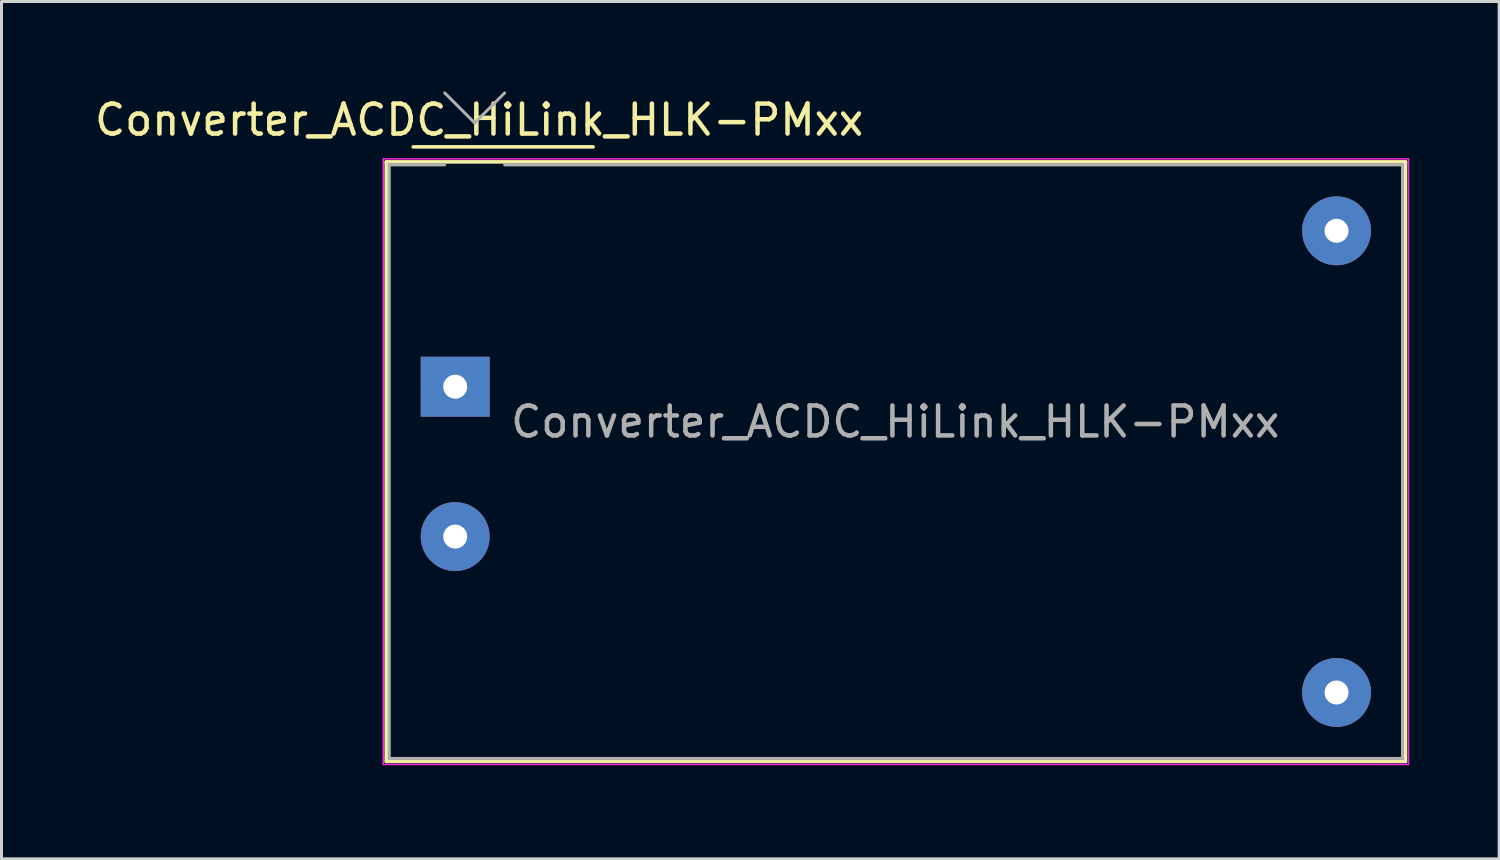
<source format=kicad_pcb>
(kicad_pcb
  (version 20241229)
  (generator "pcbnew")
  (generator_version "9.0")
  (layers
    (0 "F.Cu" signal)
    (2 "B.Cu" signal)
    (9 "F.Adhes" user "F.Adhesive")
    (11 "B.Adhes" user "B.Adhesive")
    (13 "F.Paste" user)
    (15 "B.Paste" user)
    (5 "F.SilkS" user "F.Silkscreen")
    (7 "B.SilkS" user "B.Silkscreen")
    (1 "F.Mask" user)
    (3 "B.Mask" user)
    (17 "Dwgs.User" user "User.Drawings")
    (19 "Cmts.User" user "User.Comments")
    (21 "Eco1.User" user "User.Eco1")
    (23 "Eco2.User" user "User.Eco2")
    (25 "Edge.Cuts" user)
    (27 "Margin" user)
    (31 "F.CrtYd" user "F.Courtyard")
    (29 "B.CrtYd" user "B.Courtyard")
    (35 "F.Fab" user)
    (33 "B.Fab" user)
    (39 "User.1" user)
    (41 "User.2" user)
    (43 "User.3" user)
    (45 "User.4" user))
  (footprint "Converter_ACDC_HiLink_HLK-PMxx"
    (layer "F.Cu")
    (at 9.835 22.35)
    (property "Reference" "Converter_ACDC_HiLink_HLK-PMxx" (at 3.1 -21.4 0) (layer "F.SilkS") (effects (font (size 1 1) (thickness 0.15))))
    (attr through_hole)
    (fp_line (start 0 -20) (end 34 -20) (stroke (width 0.12) (type solid)) (layer "F.SilkS"))
    (fp_line (start 0 0) (end 0 -20) (stroke (width 0.12) (type solid)) (layer "F.SilkS"))
    (fp_line (start 0 0) (end 34 0) (stroke (width 0.12) (type solid)) (layer "F.SilkS"))
    (fp_line (start 0.9 -20.5) (end 6.9 -20.5) (stroke (width 0.12) (type solid)) (layer "F.SilkS"))
    (fp_line (start 34 -20) (end 34 0) (stroke (width 0.12) (type solid)) (layer "F.SilkS"))
    (fp_line (start -0.1 -20.1) (end 34.1 -20.1) (stroke (width 0.05) (type solid)) (layer "F.CrtYd"))
    (fp_line (start -0.1 0.1) (end -0.1 -20.1) (stroke (width 0.05) (type solid)) (layer "F.CrtYd"))
    (fp_line (start -0.1 0.1) (end 34.1 0.1) (stroke (width 0.05) (type solid)) (layer "F.CrtYd"))
    (fp_line (start 34.1 0.1) (end 34.1 -20.1) (stroke (width 0.05) (type solid)) (layer "F.CrtYd"))
    (fp_line (start 0.1 -0.1) (end 0.1 -19.9) (stroke (width 0.1) (type solid)) (layer "F.Fab"))
    (fp_line (start 0.1 -0.1) (end 33.9 -0.1) (stroke (width 0.1) (type solid)) (layer "F.Fab"))
    (fp_line (start 1.95 -19.9) (end 0.1 -19.9) (stroke (width 0.1) (type solid)) (layer "F.Fab"))
    (fp_line (start 2.95 -21.3) (end 1.95 -22.3) (stroke (width 0.1) (type solid)) (layer "F.Fab"))
    (fp_line (start 3.95 -22.3) (end 2.95 -21.3) (stroke (width 0.1) (type solid)) (layer "F.Fab"))
    (fp_line (start 3.95 -19.9) (end 33.9 -19.9) (stroke (width 0.1) (type solid)) (layer "F.Fab"))
    (fp_line (start 33.9 -0.1) (end 33.9 -19.9) (stroke (width 0.1) (type solid)) (layer "F.Fab"))
    (fp_text user "${REFERENCE}" (at 16.98 -11.33 0) (layer "F.Fab") (effects (font (size 1 1) (thickness 0.15))))
    (pad "1" thru_hole rect (at 2.3 -12.5) (size 2.3 2) (drill 0.8) (layers "*.Cu" "*.Mask"))
    (pad "2" thru_hole circle (at 2.3 -7.5) (size 2.3 2.3) (drill 0.8) (layers "*.Cu" "*.Mask"))
    (pad "3" thru_hole circle (at 31.7 -17.7) (size 2.3 2.3) (drill 0.8) (layers "*.Cu" "*.Mask"))
    (pad "4" thru_hole circle (at 31.7 -2.3) (size 2.3 2.3) (drill 0.8) (layers "*.Cu" "*.Mask")))
  (gr_rect
    (start -3 -3)
    (end 46.96 25.6)
    (stroke (width 0.1) (type default))
    (fill no)
    (layer "Edge.Cuts")))
</source>
